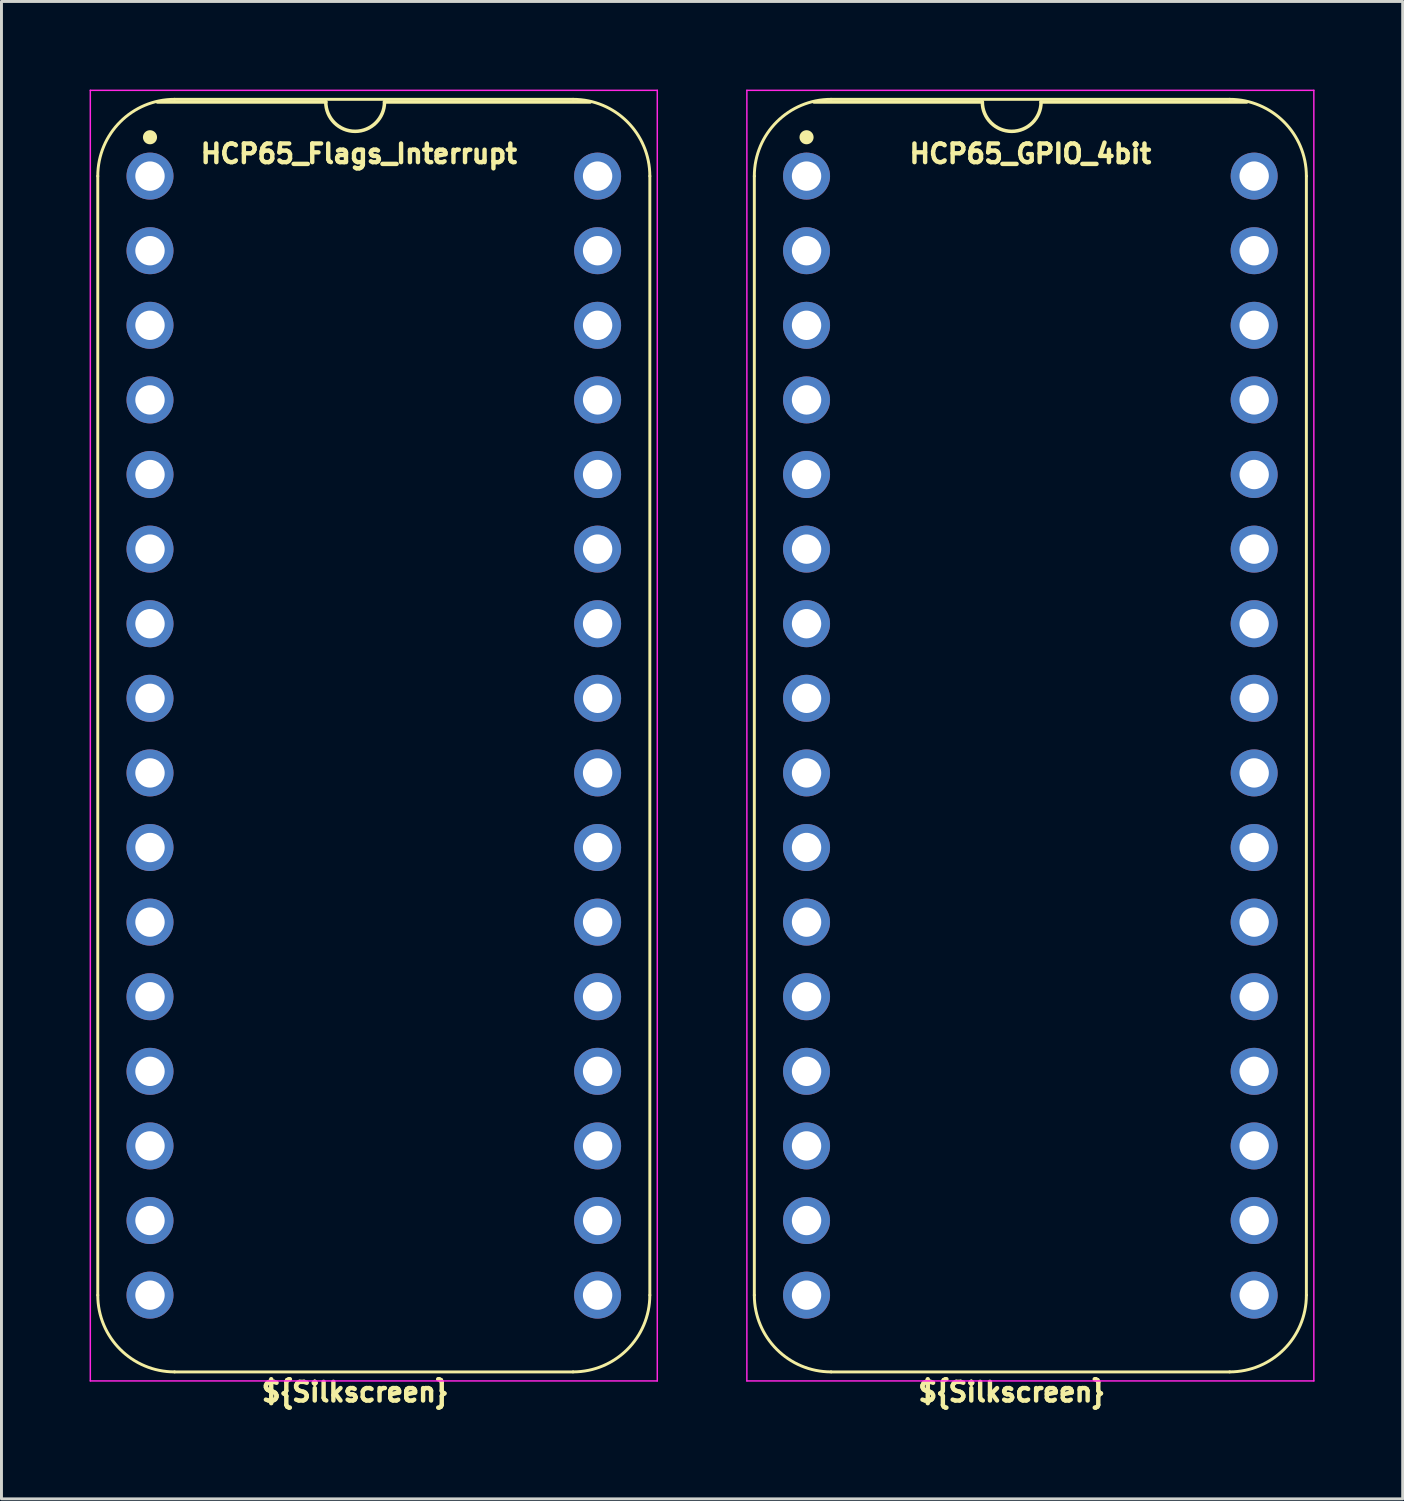
<source format=kicad_pcb>
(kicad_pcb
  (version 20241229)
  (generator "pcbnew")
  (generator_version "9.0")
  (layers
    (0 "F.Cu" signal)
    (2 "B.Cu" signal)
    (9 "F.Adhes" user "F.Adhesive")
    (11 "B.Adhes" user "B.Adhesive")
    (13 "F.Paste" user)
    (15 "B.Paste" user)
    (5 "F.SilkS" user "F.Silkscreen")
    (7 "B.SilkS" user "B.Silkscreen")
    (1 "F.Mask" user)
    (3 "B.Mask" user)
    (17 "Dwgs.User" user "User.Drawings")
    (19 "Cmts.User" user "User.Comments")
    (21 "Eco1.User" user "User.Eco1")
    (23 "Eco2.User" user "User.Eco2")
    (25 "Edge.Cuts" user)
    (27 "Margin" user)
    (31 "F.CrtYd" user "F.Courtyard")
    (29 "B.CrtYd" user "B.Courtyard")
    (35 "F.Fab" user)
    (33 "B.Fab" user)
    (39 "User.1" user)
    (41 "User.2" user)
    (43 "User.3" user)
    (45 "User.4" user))
  (footprint "HCP65_GPIO_4bit"
    (layer "F.Cu")
    (at 24.411 2.946)
    (property "Reference" "HCP65_GPIO_4bit" (at 7.62 -0.762 0) (layer "F.SilkS") (effects (font (size 0.635 0.635) (thickness 0.15))))
    (attr through_hole)
    (fp_line (start -1.778 38.1) (end -1.778 0) (stroke (width 0.1) (type solid)) (layer "F.SilkS"))
    (fp_line (start 0.836 -2.614) (end 14.404 -2.614) (stroke (width 0.1) (type solid)) (layer "F.SilkS"))
    (fp_line (start 5.985 -2.524) (end 0.254 -2.524) (stroke (width 0.12) (type solid)) (layer "F.SilkS"))
    (fp_line (start 14.404 40.714) (end 0.836 40.714) (stroke (width 0.1) (type solid)) (layer "F.SilkS"))
    (fp_line (start 14.986 -2.524) (end 7.985 -2.524) (stroke (width 0.12) (type solid)) (layer "F.SilkS"))
    (fp_line (start 17.018 38.1) (end 17.018 -0.000001) (stroke (width 0.1) (type solid)) (layer "F.SilkS"))
    (fp_arc (start -1.778 0) (mid -1.012456 -1.848188) (end 0.835732 -2.613732) (stroke (width 0.1) (type solid)) (layer "F.SilkS"))
    (fp_arc (start 0.835733 40.713733) (mid -1.012456 39.948189) (end -1.778 38.1) (stroke (width 0.1) (type solid)) (layer "F.SilkS"))
    (fp_arc (start 7.985 -2.524) (mid 6.985 -1.524) (end 5.985 -2.524) (stroke (width 0.12) (type solid)) (layer "F.SilkS"))
    (fp_arc (start 14.404267 -2.613733) (mid 16.252455 -1.848189) (end 17.017999 -0.000001) (stroke (width 0.1) (type solid)) (layer "F.SilkS"))
    (fp_arc (start 17.018 38.1) (mid 16.252455 39.948187) (end 14.404268 40.713732) (stroke (width 0.1) (type solid)) (layer "F.SilkS"))
    (fp_circle (center 0 -1.323) (end 0.18 -1.323) (stroke (width 0.12) (type solid)) (fill yes) (layer "F.SilkS"))
    (fp_line (start -2.032 -2.921) (end -2.032 41.021) (stroke (width 0.05) (type solid)) (layer "F.CrtYd"))
    (fp_line (start -2.032 -2.921) (end 17.272 -2.921) (stroke (width 0.05) (type solid)) (layer "F.CrtYd"))
    (fp_line (start -2.032 41.021) (end 17.272 41.021) (stroke (width 0.05) (type solid)) (layer "F.CrtYd"))
    (fp_line (start 17.272 -2.921) (end 17.272 41.021) (stroke (width 0.05) (type solid)) (layer "F.CrtYd"))
    (fp_text user "${Silkscreen}" (at 6.985 41.402 0) (layer "F.SilkS") (effects (font (size 0.635 0.635) (thickness 0.15))))
    (pad "1" thru_hole circle (at 0 0) (size 1.6 1.6) (drill 1) (layers "*.Cu" "*.Mask"))
    (pad "2" thru_hole circle (at 0 2.54) (size 1.6 1.6) (drill 1) (layers "*.Cu" "*.Mask"))
    (pad "3" thru_hole circle (at 0 5.08) (size 1.6 1.6) (drill 1) (layers "*.Cu" "*.Mask"))
    (pad "4" thru_hole circle (at 0 7.62) (size 1.6 1.6) (drill 1) (layers "*.Cu" "*.Mask"))
    (pad "5" thru_hole circle (at 0 10.16) (size 1.6 1.6) (drill 1) (layers "*.Cu" "*.Mask"))
    (pad "6" thru_hole circle (at 0 12.7) (size 1.6 1.6) (drill 1) (layers "*.Cu" "*.Mask"))
    (pad "7" thru_hole circle (at 0 15.24) (size 1.6 1.6) (drill 1) (layers "*.Cu" "*.Mask"))
    (pad "8" thru_hole circle (at 0 17.78) (size 1.6 1.6) (drill 1) (layers "*.Cu" "*.Mask"))
    (pad "9" thru_hole circle (at 0 20.32) (size 1.6 1.6) (drill 1) (layers "*.Cu" "*.Mask"))
    (pad "10" thru_hole circle (at 0 22.86) (size 1.6 1.6) (drill 1) (layers "*.Cu" "*.Mask"))
    (pad "11" thru_hole circle (at 0 25.4) (size 1.6 1.6) (drill 1) (layers "*.Cu" "*.Mask"))
    (pad "12" thru_hole circle (at 0 27.94) (size 1.6 1.6) (drill 1) (layers "*.Cu" "*.Mask"))
    (pad "13" thru_hole circle (at 0 30.48) (size 1.6 1.6) (drill 1) (layers "*.Cu" "*.Mask"))
    (pad "14" thru_hole circle (at 0 33.02) (size 1.6 1.6) (drill 1) (layers "*.Cu" "*.Mask"))
    (pad "15" thru_hole circle (at 0 35.56) (size 1.6 1.6) (drill 1) (layers "*.Cu" "*.Mask"))
    (pad "16" thru_hole circle (at 0 38.1) (size 1.6 1.6) (drill 1) (layers "*.Cu" "*.Mask"))
    (pad "17" thru_hole circle (at 15.24 38.1) (size 1.6 1.6) (drill 1) (layers "*.Cu" "*.Mask"))
    (pad "18" thru_hole circle (at 15.24 35.56) (size 1.6 1.6) (drill 1) (layers "*.Cu" "*.Mask"))
    (pad "19" thru_hole circle (at 15.24 33.02) (size 1.6 1.6) (drill 1) (layers "*.Cu" "*.Mask"))
    (pad "20" thru_hole circle (at 15.24 30.48) (size 1.6 1.6) (drill 1) (layers "*.Cu" "*.Mask"))
    (pad "21" thru_hole circle (at 15.24 27.94) (size 1.6 1.6) (drill 1) (layers "*.Cu" "*.Mask"))
    (pad "22" thru_hole circle (at 15.24 25.4) (size 1.6 1.6) (drill 1) (layers "*.Cu" "*.Mask"))
    (pad "23" thru_hole circle (at 15.24 22.86) (size 1.6 1.6) (drill 1) (layers "*.Cu" "*.Mask"))
    (pad "24" thru_hole circle (at 15.24 20.32) (size 1.6 1.6) (drill 1) (layers "*.Cu" "*.Mask"))
    (pad "25" thru_hole circle (at 15.24 17.78) (size 1.6 1.6) (drill 1) (layers "*.Cu" "*.Mask"))
    (pad "26" thru_hole circle (at 15.24 15.24) (size 1.6 1.6) (drill 1) (layers "*.Cu" "*.Mask"))
    (pad "27" thru_hole circle (at 15.24 12.7) (size 1.6 1.6) (drill 1) (layers "*.Cu" "*.Mask"))
    (pad "28" thru_hole circle (at 15.24 10.16) (size 1.6 1.6) (drill 1) (layers "*.Cu" "*.Mask"))
    (pad "29" thru_hole circle (at 15.24 7.62) (size 1.6 1.6) (drill 1) (layers "*.Cu" "*.Mask"))
    (pad "30" thru_hole circle (at 15.24 5.08) (size 1.6 1.6) (drill 1) (layers "*.Cu" "*.Mask"))
    (pad "31" thru_hole circle (at 15.24 2.54) (size 1.6 1.6) (drill 1) (layers "*.Cu" "*.Mask"))
    (pad "32" thru_hole circle (at 15.24 0) (size 1.6 1.6) (drill 1) (layers "*.Cu" "*.Mask")))
  (footprint "HCP65_Flags_Interrupt"
    (layer "F.Cu")
    (at 2.057 2.946)
    (property "Reference" "HCP65_Flags_Interrupt" (at 7.112 -0.762 0) (layer "F.SilkS") (effects (font (size 0.635 0.635) (thickness 0.15))))
    (attr through_hole)
    (fp_line (start -1.778 38.1) (end -1.778 0) (stroke (width 0.1) (type solid)) (layer "F.SilkS"))
    (fp_line (start 0.836 -2.614) (end 14.404 -2.614) (stroke (width 0.1) (type solid)) (layer "F.SilkS"))
    (fp_line (start 5.985 -2.524) (end 0.254 -2.524) (stroke (width 0.12) (type solid)) (layer "F.SilkS"))
    (fp_line (start 14.404 40.714) (end 0.836 40.714) (stroke (width 0.1) (type solid)) (layer "F.SilkS"))
    (fp_line (start 14.986 -2.524) (end 7.985 -2.524) (stroke (width 0.12) (type solid)) (layer "F.SilkS"))
    (fp_line (start 17.018 38.1) (end 17.018 -0.000001) (stroke (width 0.1) (type solid)) (layer "F.SilkS"))
    (fp_arc (start -1.778 0) (mid -1.012456 -1.848188) (end 0.835732 -2.613732) (stroke (width 0.1) (type solid)) (layer "F.SilkS"))
    (fp_arc (start 0.835733 40.713733) (mid -1.012457 39.94819) (end -1.778 38.1) (stroke (width 0.1) (type solid)) (layer "F.SilkS"))
    (fp_arc (start 7.985 -2.524) (mid 6.985 -1.524) (end 5.985 -2.524) (stroke (width 0.12) (type solid)) (layer "F.SilkS"))
    (fp_arc (start 14.404267 -2.613733) (mid 16.252456 -1.84819) (end 17.017999 -0.000001) (stroke (width 0.1) (type solid)) (layer "F.SilkS"))
    (fp_arc (start 17.018 38.1) (mid 16.252456 39.948188) (end 14.404268 40.713732) (stroke (width 0.1) (type solid)) (layer "F.SilkS"))
    (fp_circle (center 0 -1.323) (end 0.18 -1.323) (stroke (width 0.12) (type solid)) (fill yes) (layer "F.SilkS"))
    (fp_line (start -2.032 -2.921) (end -2.032 41.021) (stroke (width 0.05) (type solid)) (layer "F.CrtYd"))
    (fp_line (start -2.032 -2.921) (end 17.272 -2.921) (stroke (width 0.05) (type solid)) (layer "F.CrtYd"))
    (fp_line (start -2.032 41.021) (end 17.272 41.021) (stroke (width 0.05) (type solid)) (layer "F.CrtYd"))
    (fp_line (start 17.272 -2.921) (end 17.272 41.021) (stroke (width 0.05) (type solid)) (layer "F.CrtYd"))
    (fp_text user "${Silkscreen}" (at 6.985 41.402 0) (layer "F.SilkS") (effects (font (size 0.635 0.635) (thickness 0.15))))
    (pad "1" thru_hole circle (at 0 0) (size 1.6 1.6) (drill 1) (layers "*.Cu" "*.Mask"))
    (pad "2" thru_hole circle (at 0 2.54) (size 1.6 1.6) (drill 1) (layers "*.Cu" "*.Mask"))
    (pad "3" thru_hole circle (at 0 5.08) (size 1.6 1.6) (drill 1) (layers "*.Cu" "*.Mask"))
    (pad "4" thru_hole circle (at 0 7.62) (size 1.6 1.6) (drill 1) (layers "*.Cu" "*.Mask"))
    (pad "5" thru_hole circle (at 0 10.16) (size 1.6 1.6) (drill 1) (layers "*.Cu" "*.Mask"))
    (pad "6" thru_hole circle (at 0 12.7) (size 1.6 1.6) (drill 1) (layers "*.Cu" "*.Mask"))
    (pad "7" thru_hole circle (at 0 15.24) (size 1.6 1.6) (drill 1) (layers "*.Cu" "*.Mask"))
    (pad "8" thru_hole circle (at 0 17.78) (size 1.6 1.6) (drill 1) (layers "*.Cu" "*.Mask"))
    (pad "9" thru_hole circle (at 0 20.32) (size 1.6 1.6) (drill 1) (layers "*.Cu" "*.Mask"))
    (pad "10" thru_hole circle (at 0 22.86) (size 1.6 1.6) (drill 1) (layers "*.Cu" "*.Mask"))
    (pad "11" thru_hole circle (at 0 25.4) (size 1.6 1.6) (drill 1) (layers "*.Cu" "*.Mask"))
    (pad "12" thru_hole circle (at 0 27.94) (size 1.6 1.6) (drill 1) (layers "*.Cu" "*.Mask"))
    (pad "13" thru_hole circle (at 0 30.48) (size 1.6 1.6) (drill 1) (layers "*.Cu" "*.Mask"))
    (pad "14" thru_hole circle (at 0 33.02) (size 1.6 1.6) (drill 1) (layers "*.Cu" "*.Mask"))
    (pad "15" thru_hole circle (at 0 35.56) (size 1.6 1.6) (drill 1) (layers "*.Cu" "*.Mask"))
    (pad "16" thru_hole circle (at 0 38.1) (size 1.6 1.6) (drill 1) (layers "*.Cu" "*.Mask"))
    (pad "17" thru_hole circle (at 15.24 38.1) (size 1.6 1.6) (drill 1) (layers "*.Cu" "*.Mask"))
    (pad "18" thru_hole circle (at 15.24 35.56) (size 1.6 1.6) (drill 1) (layers "*.Cu" "*.Mask"))
    (pad "19" thru_hole circle (at 15.24 33.02) (size 1.6 1.6) (drill 1) (layers "*.Cu" "*.Mask"))
    (pad "20" thru_hole circle (at 15.24 30.48) (size 1.6 1.6) (drill 1) (layers "*.Cu" "*.Mask"))
    (pad "21" thru_hole circle (at 15.24 27.94) (size 1.6 1.6) (drill 1) (layers "*.Cu" "*.Mask"))
    (pad "22" thru_hole circle (at 15.24 25.4) (size 1.6 1.6) (drill 1) (layers "*.Cu" "*.Mask"))
    (pad "23" thru_hole circle (at 15.24 22.86) (size 1.6 1.6) (drill 1) (layers "*.Cu" "*.Mask"))
    (pad "24" thru_hole circle (at 15.24 20.32) (size 1.6 1.6) (drill 1) (layers "*.Cu" "*.Mask"))
    (pad "25" thru_hole circle (at 15.24 17.78) (size 1.6 1.6) (drill 1) (layers "*.Cu" "*.Mask"))
    (pad "26" thru_hole circle (at 15.24 15.24) (size 1.6 1.6) (drill 1) (layers "*.Cu" "*.Mask"))
    (pad "27" thru_hole circle (at 15.24 12.7) (size 1.6 1.6) (drill 1) (layers "*.Cu" "*.Mask"))
    (pad "28" thru_hole circle (at 15.24 10.16) (size 1.6 1.6) (drill 1) (layers "*.Cu" "*.Mask"))
    (pad "29" thru_hole circle (at 15.24 7.62) (size 1.6 1.6) (drill 1) (layers "*.Cu" "*.Mask"))
    (pad "30" thru_hole circle (at 15.24 5.08) (size 1.6 1.6) (drill 1) (layers "*.Cu" "*.Mask"))
    (pad "31" thru_hole circle (at 15.24 2.54) (size 1.6 1.6) (drill 1) (layers "*.Cu" "*.Mask"))
    (pad "32" thru_hole circle (at 15.24 0) (size 1.6 1.6) (drill 1) (layers "*.Cu" "*.Mask")))
  (gr_rect
    (start -3 -3)
    (end 44.708 47.983)
    (stroke (width 0.1) (type default))
    (fill no)
    (layer "Edge.Cuts")))
</source>
